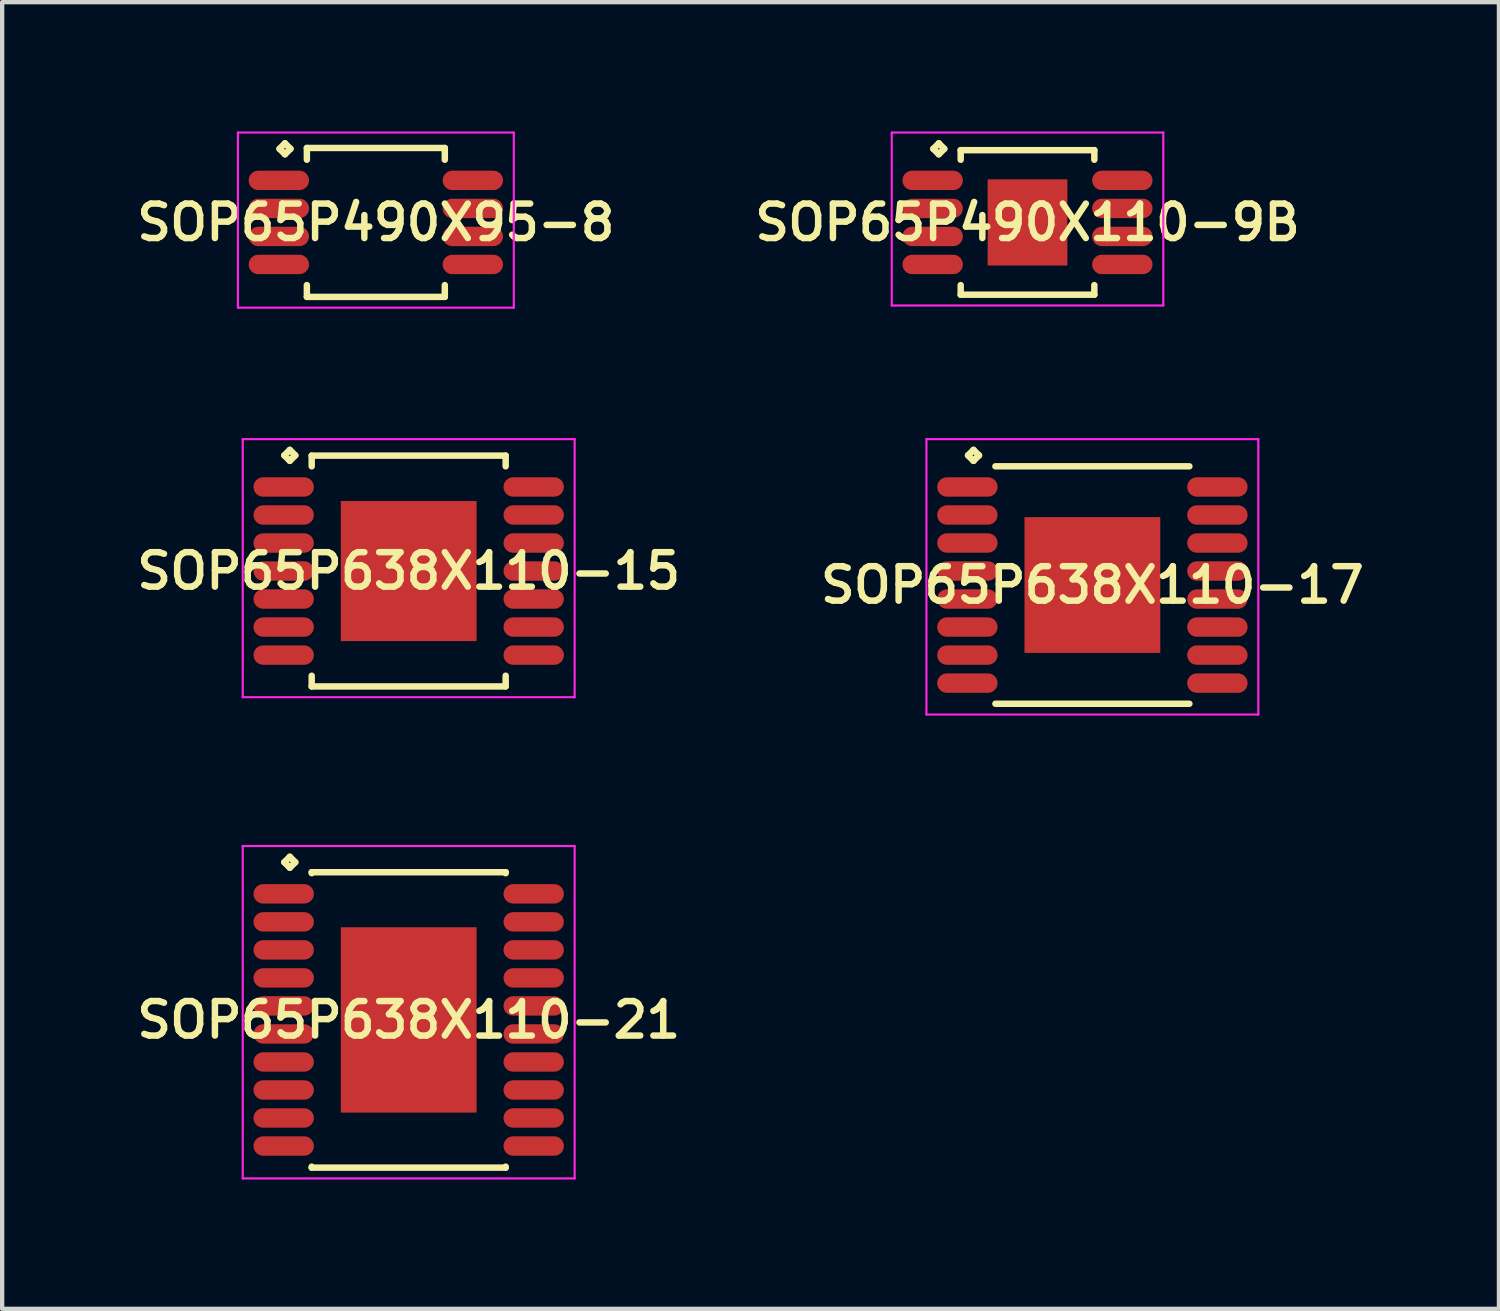
<source format=kicad_pcb>
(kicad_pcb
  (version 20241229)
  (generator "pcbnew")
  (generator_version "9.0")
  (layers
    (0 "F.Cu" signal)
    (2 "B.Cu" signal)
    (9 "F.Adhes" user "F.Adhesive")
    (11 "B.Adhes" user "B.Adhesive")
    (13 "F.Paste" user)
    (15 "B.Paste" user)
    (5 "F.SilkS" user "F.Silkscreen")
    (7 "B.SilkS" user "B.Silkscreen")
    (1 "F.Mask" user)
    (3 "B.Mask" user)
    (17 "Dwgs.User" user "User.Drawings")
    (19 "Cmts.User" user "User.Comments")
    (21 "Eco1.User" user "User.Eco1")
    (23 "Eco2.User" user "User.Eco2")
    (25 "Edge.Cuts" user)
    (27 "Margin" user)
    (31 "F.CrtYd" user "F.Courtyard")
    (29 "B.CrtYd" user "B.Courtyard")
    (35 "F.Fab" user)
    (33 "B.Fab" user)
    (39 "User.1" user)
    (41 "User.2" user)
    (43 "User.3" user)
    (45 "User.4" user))
  (footprint "SOP65P638X110-15"
    (layer "F.Cu")
    (at 6.431 10.197)
    (property "Reference" "SOP65P638X110-15" (at 0 0 0) (layer "F.SilkS") (effects (font (size 0.8 0.8) (thickness 0.15))))
    (attr smd)
    (fp_line (start -2.885 -2.683) (end -2.758 -2.81) (stroke (width 0.15) (type solid)) (layer "F.SilkS"))
    (fp_line (start -2.758 -2.81) (end -2.631 -2.683) (stroke (width 0.15) (type solid)) (layer "F.SilkS"))
    (fp_line (start -2.758 -2.556) (end -2.885 -2.683) (stroke (width 0.15) (type solid)) (layer "F.SilkS"))
    (fp_line (start -2.631 -2.683) (end -2.758 -2.556) (stroke (width 0.15) (type solid)) (layer "F.SilkS"))
    (fp_line (start -2.25 -2.677) (end 2.25 -2.677) (stroke (width 0.15) (type solid)) (layer "F.SilkS"))
    (fp_line (start -2.25 -2.429) (end -2.25 -2.677) (stroke (width 0.15) (type solid)) (layer "F.SilkS"))
    (fp_line (start -2.25 2.429) (end -2.25 2.677) (stroke (width 0.15) (type solid)) (layer "F.SilkS"))
    (fp_line (start -2.25 2.677) (end 2.25 2.677) (stroke (width 0.15) (type solid)) (layer "F.SilkS"))
    (fp_line (start 2.25 -2.677) (end 2.25 -2.429) (stroke (width 0.15) (type solid)) (layer "F.SilkS"))
    (fp_line (start 2.25 2.677) (end 2.25 2.429) (stroke (width 0.15) (type solid)) (layer "F.SilkS"))
    (fp_line (start -3.85 -3.06) (end 3.85 -3.06) (stroke (width 0.05) (type solid)) (layer "F.CrtYd"))
    (fp_line (start -3.85 2.927) (end -3.85 -3.06) (stroke (width 0.05) (type solid)) (layer "F.CrtYd"))
    (fp_line (start 3.85 -3.06) (end 3.85 2.927) (stroke (width 0.05) (type solid)) (layer "F.CrtYd"))
    (fp_line (start 3.85 2.927) (end -3.85 2.927) (stroke (width 0.05) (type solid)) (layer "F.CrtYd"))
    (pad "1" smd oval (at -2.9 -1.95) (size 1.4 0.45) (layers "F.Cu" "F.Mask" "F.Paste"))
    (pad "2" smd oval (at -2.9 -1.3) (size 1.4 0.45) (layers "F.Cu" "F.Mask" "F.Paste"))
    (pad "3" smd oval (at -2.9 -0.65) (size 1.4 0.45) (layers "F.Cu" "F.Mask" "F.Paste"))
    (pad "4" smd oval (at -2.9 0) (size 1.4 0.45) (layers "F.Cu" "F.Mask" "F.Paste"))
    (pad "5" smd oval (at -2.9 0.65) (size 1.4 0.45) (layers "F.Cu" "F.Mask" "F.Paste"))
    (pad "6" smd oval (at -2.9 1.3) (size 1.4 0.45) (layers "F.Cu" "F.Mask" "F.Paste"))
    (pad "7" smd oval (at -2.9 1.95) (size 1.4 0.45) (layers "F.Cu" "F.Mask" "F.Paste"))
    (pad "8" smd oval (at 2.9 1.95) (size 1.4 0.45) (layers "F.Cu" "F.Mask" "F.Paste"))
    (pad "9" smd oval (at 2.9 1.3) (size 1.4 0.45) (layers "F.Cu" "F.Mask" "F.Paste"))
    (pad "10" smd oval (at 2.9 0.65) (size 1.4 0.45) (layers "F.Cu" "F.Mask" "F.Paste"))
    (pad "11" smd oval (at 2.9 0) (size 1.4 0.45) (layers "F.Cu" "F.Mask" "F.Paste"))
    (pad "12" smd oval (at 2.9 -0.65) (size 1.4 0.45) (layers "F.Cu" "F.Mask" "F.Paste"))
    (pad "13" smd oval (at 2.9 -1.3) (size 1.4 0.45) (layers "F.Cu" "F.Mask" "F.Paste"))
    (pad "14" smd oval (at 2.9 -1.95) (size 1.4 0.45) (layers "F.Cu" "F.Mask" "F.Paste"))
    (pad "15" smd rect (at 0 0) (size 3.15 3.25) (layers "F.Cu" "F.Mask" "F.Paste")))
  (footprint "SOP65P490X110-9B"
    (layer "F.Cu")
    (at 20.787 2.11)
    (property "Reference" "SOP65P490X110-9B" (at 0 0 0) (layer "F.SilkS") (effects (font (size 0.8 0.8) (thickness 0.15))))
    (attr smd)
    (fp_line (start -2.185 -1.708) (end -2.058 -1.835) (stroke (width 0.15) (type solid)) (layer "F.SilkS"))
    (fp_line (start -2.058 -1.835) (end -1.931 -1.708) (stroke (width 0.15) (type solid)) (layer "F.SilkS"))
    (fp_line (start -2.058 -1.581) (end -2.185 -1.708) (stroke (width 0.15) (type solid)) (layer "F.SilkS"))
    (fp_line (start -1.931 -1.708) (end -2.058 -1.581) (stroke (width 0.15) (type solid)) (layer "F.SilkS"))
    (fp_line (start -1.55 -1.677) (end 1.55 -1.677) (stroke (width 0.15) (type solid)) (layer "F.SilkS"))
    (fp_line (start -1.55 -1.454) (end -1.55 -1.677) (stroke (width 0.15) (type solid)) (layer "F.SilkS"))
    (fp_line (start -1.55 1.454) (end -1.55 1.677) (stroke (width 0.15) (type solid)) (layer "F.SilkS"))
    (fp_line (start -1.55 1.677) (end 1.55 1.677) (stroke (width 0.15) (type solid)) (layer "F.SilkS"))
    (fp_line (start 1.55 -1.677) (end 1.55 -1.454) (stroke (width 0.15) (type solid)) (layer "F.SilkS"))
    (fp_line (start 1.55 1.677) (end 1.55 1.454) (stroke (width 0.15) (type solid)) (layer "F.SilkS"))
    (fp_line (start -3.15 -2.085) (end 3.15 -2.085) (stroke (width 0.05) (type solid)) (layer "F.CrtYd"))
    (fp_line (start -3.15 1.927) (end -3.15 -2.085) (stroke (width 0.05) (type solid)) (layer "F.CrtYd"))
    (fp_line (start 3.15 -2.085) (end 3.15 1.927) (stroke (width 0.05) (type solid)) (layer "F.CrtYd"))
    (fp_line (start 3.15 1.927) (end -3.15 1.927) (stroke (width 0.05) (type solid)) (layer "F.CrtYd"))
    (pad "1" smd oval (at -2.2 -0.975) (size 1.4 0.45) (layers "F.Cu" "F.Mask" "F.Paste"))
    (pad "2" smd oval (at -2.2 -0.325) (size 1.4 0.45) (layers "F.Cu" "F.Mask" "F.Paste"))
    (pad "3" smd oval (at -2.2 0.325) (size 1.4 0.45) (layers "F.Cu" "F.Mask" "F.Paste"))
    (pad "4" smd oval (at -2.2 0.975) (size 1.4 0.45) (layers "F.Cu" "F.Mask" "F.Paste"))
    (pad "5" smd oval (at 2.2 0.975) (size 1.4 0.45) (layers "F.Cu" "F.Mask" "F.Paste"))
    (pad "6" smd oval (at 2.2 0.325) (size 1.4 0.45) (layers "F.Cu" "F.Mask" "F.Paste"))
    (pad "7" smd oval (at 2.2 -0.325) (size 1.4 0.45) (layers "F.Cu" "F.Mask" "F.Paste"))
    (pad "8" smd oval (at 2.2 -0.975) (size 1.4 0.45) (layers "F.Cu" "F.Mask" "F.Paste"))
    (pad "9" smd rect (at 0 0) (size 1.85 2) (layers "F.Cu" "F.Mask" "F.Paste")))
  (footprint "SOP65P490X95-8"
    (layer "F.Cu")
    (at 5.669 2.11)
    (property "Reference" "SOP65P490X95-8" (at 0 0 0) (layer "F.SilkS") (effects (font (size 0.8 0.8) (thickness 0.15))))
    (attr smd)
    (fp_line (start -2.235 -1.708) (end -2.108 -1.835) (stroke (width 0.15) (type solid)) (layer "F.SilkS"))
    (fp_line (start -2.108 -1.835) (end -1.981 -1.708) (stroke (width 0.15) (type solid)) (layer "F.SilkS"))
    (fp_line (start -2.108 -1.581) (end -2.235 -1.708) (stroke (width 0.15) (type solid)) (layer "F.SilkS"))
    (fp_line (start -1.981 -1.708) (end -2.108 -1.581) (stroke (width 0.15) (type solid)) (layer "F.SilkS"))
    (fp_line (start -1.6 -1.727) (end 1.6 -1.727) (stroke (width 0.15) (type solid)) (layer "F.SilkS"))
    (fp_line (start -1.6 -1.454) (end -1.6 -1.727) (stroke (width 0.15) (type solid)) (layer "F.SilkS"))
    (fp_line (start -1.6 1.454) (end -1.6 1.727) (stroke (width 0.15) (type solid)) (layer "F.SilkS"))
    (fp_line (start -1.6 1.727) (end 1.6 1.727) (stroke (width 0.15) (type solid)) (layer "F.SilkS"))
    (fp_line (start 1.6 -1.727) (end 1.6 -1.454) (stroke (width 0.15) (type solid)) (layer "F.SilkS"))
    (fp_line (start 1.6 1.727) (end 1.6 1.454) (stroke (width 0.15) (type solid)) (layer "F.SilkS"))
    (fp_line (start -3.2 -2.085) (end 3.2 -2.085) (stroke (width 0.05) (type solid)) (layer "F.CrtYd"))
    (fp_line (start -3.2 1.977) (end -3.2 -2.085) (stroke (width 0.05) (type solid)) (layer "F.CrtYd"))
    (fp_line (start 3.2 -2.085) (end 3.2 1.977) (stroke (width 0.05) (type solid)) (layer "F.CrtYd"))
    (fp_line (start 3.2 1.977) (end -3.2 1.977) (stroke (width 0.05) (type solid)) (layer "F.CrtYd"))
    (pad "1" smd oval (at -2.25 -0.975) (size 1.4 0.45) (layers "F.Cu" "F.Mask" "F.Paste"))
    (pad "2" smd oval (at -2.25 -0.325) (size 1.4 0.45) (layers "F.Cu" "F.Mask" "F.Paste"))
    (pad "3" smd oval (at -2.25 0.325) (size 1.4 0.45) (layers "F.Cu" "F.Mask" "F.Paste"))
    (pad "4" smd oval (at -2.25 0.975) (size 1.4 0.45) (layers "F.Cu" "F.Mask" "F.Paste"))
    (pad "5" smd oval (at 2.25 0.975) (size 1.4 0.45) (layers "F.Cu" "F.Mask" "F.Paste"))
    (pad "6" smd oval (at 2.25 0.325) (size 1.4 0.45) (layers "F.Cu" "F.Mask" "F.Paste"))
    (pad "7" smd oval (at 2.25 -0.325) (size 1.4 0.45) (layers "F.Cu" "F.Mask" "F.Paste"))
    (pad "8" smd oval (at 2.25 -0.975) (size 1.4 0.45) (layers "F.Cu" "F.Mask" "F.Paste")))
  (footprint "SOP65P638X110-21"
    (layer "F.Cu")
    (at 6.431 20.611)
    (property "Reference" "SOP65P638X110-21" (at 0 0 0) (layer "F.SilkS") (effects (font (size 0.8 0.8) (thickness 0.15))))
    (attr smd)
    (fp_line (start -2.885 -3.658) (end -2.758 -3.785) (stroke (width 0.15) (type solid)) (layer "F.SilkS"))
    (fp_line (start -2.758 -3.785) (end -2.631 -3.658) (stroke (width 0.15) (type solid)) (layer "F.SilkS"))
    (fp_line (start -2.758 -3.531) (end -2.885 -3.658) (stroke (width 0.15) (type solid)) (layer "F.SilkS"))
    (fp_line (start -2.631 -3.658) (end -2.758 -3.531) (stroke (width 0.15) (type solid)) (layer "F.SilkS"))
    (fp_line (start -2.25 -3.427) (end 2.25 -3.427) (stroke (width 0.15) (type solid)) (layer "F.SilkS"))
    (fp_line (start -2.25 -3.404) (end -2.25 -3.427) (stroke (width 0.15) (type solid)) (layer "F.SilkS"))
    (fp_line (start -2.25 3.404) (end -2.25 3.427) (stroke (width 0.15) (type solid)) (layer "F.SilkS"))
    (fp_line (start -2.25 3.427) (end 2.25 3.427) (stroke (width 0.15) (type solid)) (layer "F.SilkS"))
    (fp_line (start 2.25 -3.427) (end 2.25 -3.404) (stroke (width 0.15) (type solid)) (layer "F.SilkS"))
    (fp_line (start 2.25 3.427) (end 2.25 3.404) (stroke (width 0.15) (type solid)) (layer "F.SilkS"))
    (fp_line (start -3.85 -4.035) (end 3.85 -4.035) (stroke (width 0.05) (type solid)) (layer "F.CrtYd"))
    (fp_line (start -3.85 3.677) (end -3.85 -4.035) (stroke (width 0.05) (type solid)) (layer "F.CrtYd"))
    (fp_line (start 3.85 -4.035) (end 3.85 3.677) (stroke (width 0.05) (type solid)) (layer "F.CrtYd"))
    (fp_line (start 3.85 3.677) (end -3.85 3.677) (stroke (width 0.05) (type solid)) (layer "F.CrtYd"))
    (pad "1" smd oval (at -2.9 -2.925) (size 1.4 0.45) (layers "F.Cu" "F.Mask" "F.Paste"))
    (pad "2" smd oval (at -2.9 -2.275) (size 1.4 0.45) (layers "F.Cu" "F.Mask" "F.Paste"))
    (pad "3" smd oval (at -2.9 -1.625) (size 1.4 0.45) (layers "F.Cu" "F.Mask" "F.Paste"))
    (pad "4" smd oval (at -2.9 -0.975) (size 1.4 0.45) (layers "F.Cu" "F.Mask" "F.Paste"))
    (pad "5" smd oval (at -2.9 -0.325) (size 1.4 0.45) (layers "F.Cu" "F.Mask" "F.Paste"))
    (pad "6" smd oval (at -2.9 0.325) (size 1.4 0.45) (layers "F.Cu" "F.Mask" "F.Paste"))
    (pad "7" smd oval (at -2.9 0.975) (size 1.4 0.45) (layers "F.Cu" "F.Mask" "F.Paste"))
    (pad "8" smd oval (at -2.9 1.625) (size 1.4 0.45) (layers "F.Cu" "F.Mask" "F.Paste"))
    (pad "9" smd oval (at -2.9 2.275) (size 1.4 0.45) (layers "F.Cu" "F.Mask" "F.Paste"))
    (pad "10" smd oval (at -2.9 2.925) (size 1.4 0.45) (layers "F.Cu" "F.Mask" "F.Paste"))
    (pad "11" smd oval (at 2.9 2.925) (size 1.4 0.45) (layers "F.Cu" "F.Mask" "F.Paste"))
    (pad "12" smd oval (at 2.9 2.275) (size 1.4 0.45) (layers "F.Cu" "F.Mask" "F.Paste"))
    (pad "13" smd oval (at 2.9 1.625) (size 1.4 0.45) (layers "F.Cu" "F.Mask" "F.Paste"))
    (pad "14" smd oval (at 2.9 0.975) (size 1.4 0.45) (layers "F.Cu" "F.Mask" "F.Paste"))
    (pad "15" smd oval (at 2.9 0.325) (size 1.4 0.45) (layers "F.Cu" "F.Mask" "F.Paste"))
    (pad "16" smd oval (at 2.9 -0.325) (size 1.4 0.45) (layers "F.Cu" "F.Mask" "F.Paste"))
    (pad "17" smd oval (at 2.9 -0.975) (size 1.4 0.45) (layers "F.Cu" "F.Mask" "F.Paste"))
    (pad "18" smd oval (at 2.9 -1.625) (size 1.4 0.45) (layers "F.Cu" "F.Mask" "F.Paste"))
    (pad "19" smd oval (at 2.9 -2.275) (size 1.4 0.45) (layers "F.Cu" "F.Mask" "F.Paste"))
    (pad "20" smd oval (at 2.9 -2.925) (size 1.4 0.45) (layers "F.Cu" "F.Mask" "F.Paste"))
    (pad "21" smd rect (at 0 0) (size 3.15 4.3) (layers "F.Cu" "F.Mask" "F.Paste")))
  (footprint "SOP65P638X110-17"
    (layer "F.Cu")
    (at 22.292 10.522)
    (property "Reference" "SOP65P638X110-17" (at 0 0 0) (layer "F.SilkS") (effects (font (size 0.8 0.8) (thickness 0.15))))
    (attr smd)
    (fp_line (start -2.885 -3.008) (end -2.758 -3.135) (stroke (width 0.15) (type solid)) (layer "F.SilkS"))
    (fp_line (start -2.758 -3.135) (end -2.631 -3.008) (stroke (width 0.15) (type solid)) (layer "F.SilkS"))
    (fp_line (start -2.758 -2.881) (end -2.885 -3.008) (stroke (width 0.15) (type solid)) (layer "F.SilkS"))
    (fp_line (start -2.631 -3.008) (end -2.758 -2.881) (stroke (width 0.15) (type solid)) (layer "F.SilkS"))
    (fp_line (start -2.25 -2.754) (end 2.25 -2.754) (stroke (width 0.15) (type solid)) (layer "F.SilkS"))
    (fp_line (start -2.25 2.754) (end 2.25 2.754) (stroke (width 0.15) (type solid)) (layer "F.SilkS"))
    (fp_line (start -3.85 -3.385) (end 3.85 -3.385) (stroke (width 0.05) (type solid)) (layer "F.CrtYd"))
    (fp_line (start -3.85 3.004) (end -3.85 -3.385) (stroke (width 0.05) (type solid)) (layer "F.CrtYd"))
    (fp_line (start 3.85 -3.385) (end 3.85 3.004) (stroke (width 0.05) (type solid)) (layer "F.CrtYd"))
    (fp_line (start 3.85 3.004) (end -3.85 3.004) (stroke (width 0.05) (type solid)) (layer "F.CrtYd"))
    (pad "1" smd oval (at -2.9 -2.275) (size 1.4 0.45) (layers "F.Cu" "F.Mask" "F.Paste"))
    (pad "2" smd oval (at -2.9 -1.625) (size 1.4 0.45) (layers "F.Cu" "F.Mask" "F.Paste"))
    (pad "3" smd oval (at -2.9 -0.975) (size 1.4 0.45) (layers "F.Cu" "F.Mask" "F.Paste"))
    (pad "4" smd oval (at -2.9 -0.325) (size 1.4 0.45) (layers "F.Cu" "F.Mask" "F.Paste"))
    (pad "5" smd oval (at -2.9 0.325) (size 1.4 0.45) (layers "F.Cu" "F.Mask" "F.Paste"))
    (pad "6" smd oval (at -2.9 0.975) (size 1.4 0.45) (layers "F.Cu" "F.Mask" "F.Paste"))
    (pad "7" smd oval (at -2.9 1.625) (size 1.4 0.45) (layers "F.Cu" "F.Mask" "F.Paste"))
    (pad "8" smd oval (at -2.9 2.275) (size 1.4 0.45) (layers "F.Cu" "F.Mask" "F.Paste"))
    (pad "9" smd oval (at 2.9 2.275) (size 1.4 0.45) (layers "F.Cu" "F.Mask" "F.Paste"))
    (pad "10" smd oval (at 2.9 1.625) (size 1.4 0.45) (layers "F.Cu" "F.Mask" "F.Paste"))
    (pad "11" smd oval (at 2.9 0.975) (size 1.4 0.45) (layers "F.Cu" "F.Mask" "F.Paste"))
    (pad "12" smd oval (at 2.9 0.325) (size 1.4 0.45) (layers "F.Cu" "F.Mask" "F.Paste"))
    (pad "13" smd oval (at 2.9 -0.325) (size 1.4 0.45) (layers "F.Cu" "F.Mask" "F.Paste"))
    (pad "14" smd oval (at 2.9 -0.975) (size 1.4 0.45) (layers "F.Cu" "F.Mask" "F.Paste"))
    (pad "15" smd oval (at 2.9 -1.625) (size 1.4 0.45) (layers "F.Cu" "F.Mask" "F.Paste"))
    (pad "16" smd oval (at 2.9 -2.275) (size 1.4 0.45) (layers "F.Cu" "F.Mask" "F.Paste"))
    (pad "17" smd rect (at 0 0) (size 3.15 3.15) (layers "F.Cu" "F.Mask" "F.Paste")))
  (gr_rect
    (start -3 -3)
    (end 31.723 27.313)
    (stroke (width 0.1) (type default))
    (fill no)
    (layer "Edge.Cuts")))
</source>
